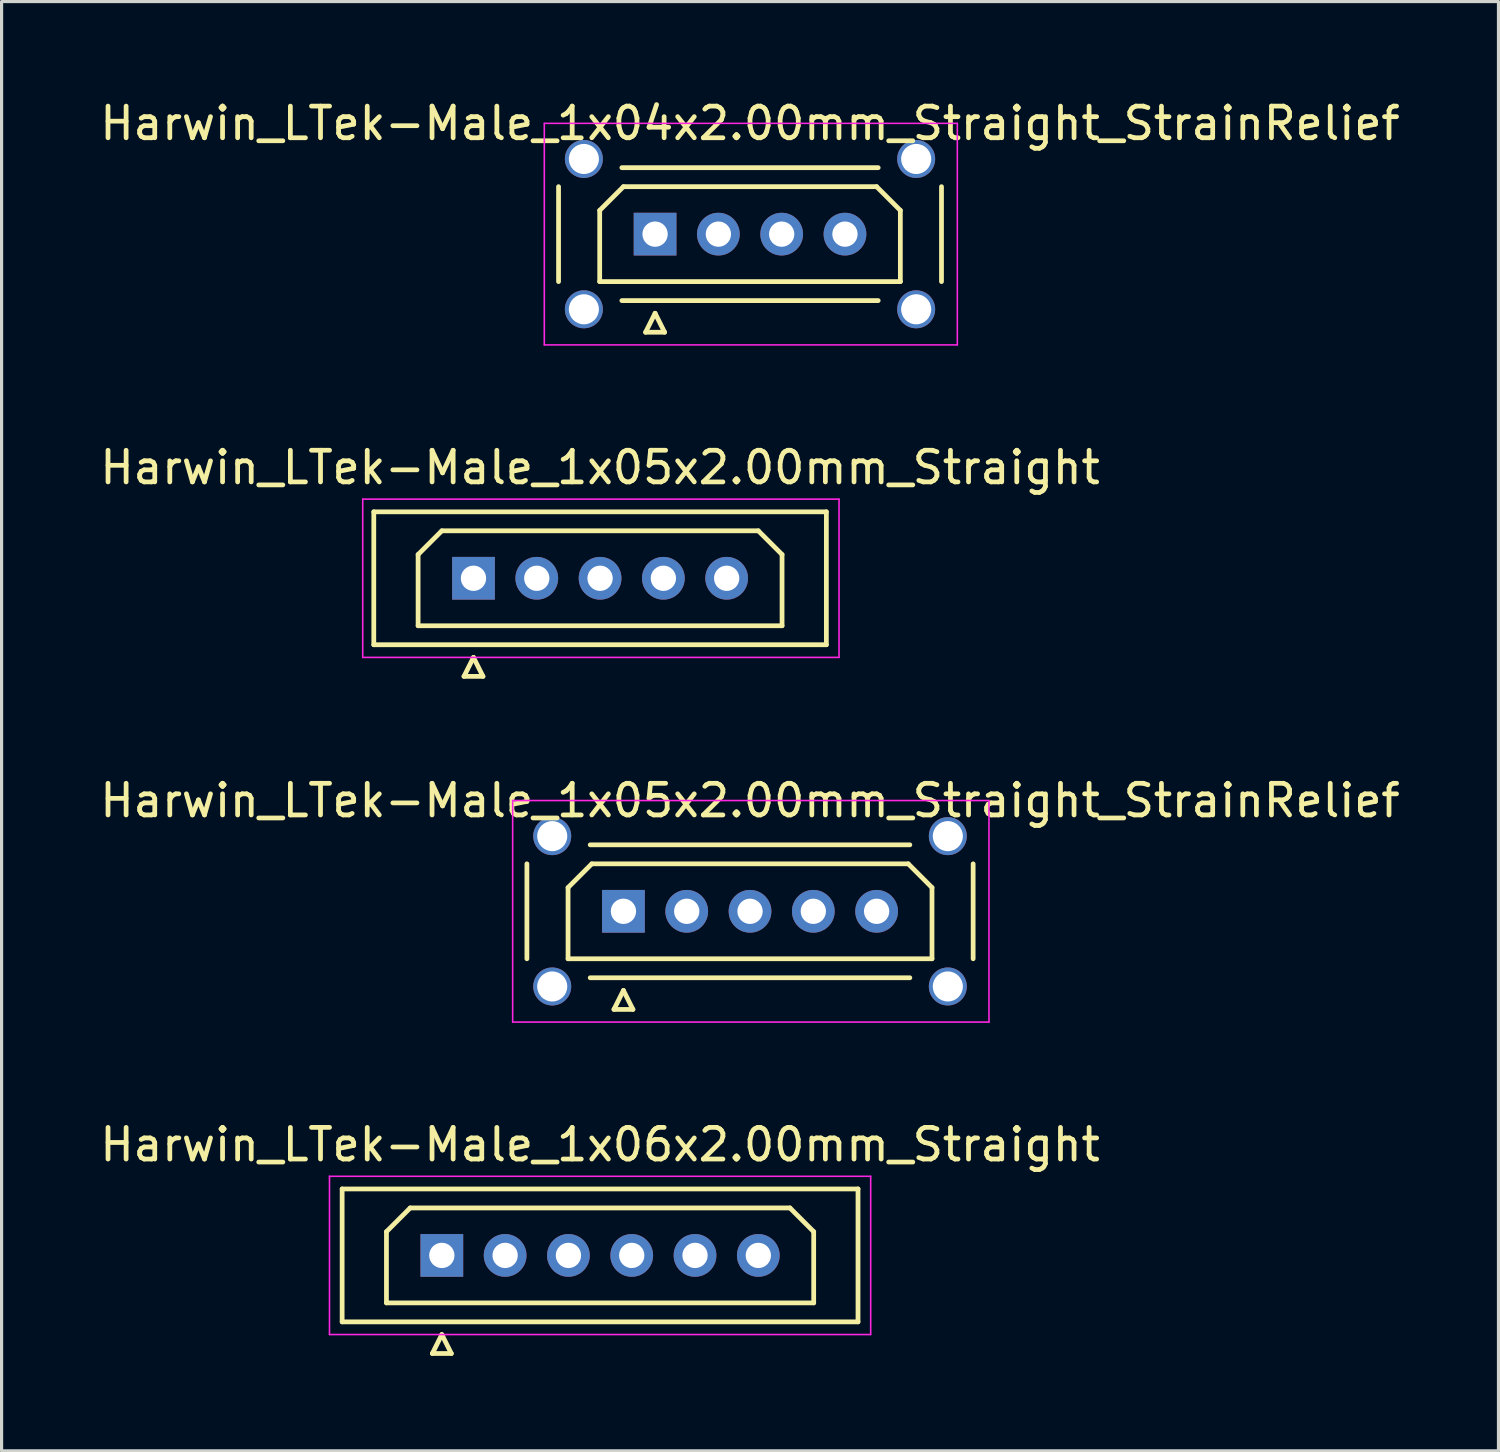
<source format=kicad_pcb>
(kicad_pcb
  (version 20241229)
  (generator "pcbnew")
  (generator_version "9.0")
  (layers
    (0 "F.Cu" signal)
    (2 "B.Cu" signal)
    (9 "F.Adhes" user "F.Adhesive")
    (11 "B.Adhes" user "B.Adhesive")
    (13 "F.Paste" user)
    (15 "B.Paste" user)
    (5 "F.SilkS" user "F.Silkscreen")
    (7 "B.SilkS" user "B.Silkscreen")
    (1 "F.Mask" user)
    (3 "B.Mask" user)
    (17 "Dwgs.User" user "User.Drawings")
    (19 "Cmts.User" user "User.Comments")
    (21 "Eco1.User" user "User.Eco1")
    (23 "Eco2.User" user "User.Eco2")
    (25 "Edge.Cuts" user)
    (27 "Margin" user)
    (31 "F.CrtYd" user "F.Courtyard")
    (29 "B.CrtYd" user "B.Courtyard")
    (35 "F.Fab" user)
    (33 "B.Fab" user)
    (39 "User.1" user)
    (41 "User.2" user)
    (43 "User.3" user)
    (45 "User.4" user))
  (footprint "Harwin_LTek-Male_1x05x2.00mm_Straight"
    (layer "F.Cu")
    (at 11.911 15.222)
    (property "Reference" "Harwin_LTek-Male_1x05x2.00mm_Straight" (at 4 -3.5 0) (layer "F.SilkS") (effects (font (size 1 1) (thickness 0.15))))
    (attr through_hole)
    (fp_line (start -3.15 -2.1) (end -3.15 2.1) (stroke (width 0.15) (type solid)) (layer "F.SilkS"))
    (fp_line (start -3.15 2.1) (end 11.15 2.1) (stroke (width 0.15) (type solid)) (layer "F.SilkS"))
    (fp_line (start -1.75 -0.75) (end -1 -1.5) (stroke (width 0.15) (type solid)) (layer "F.SilkS"))
    (fp_line (start -1.75 1.5) (end -1.75 -0.75) (stroke (width 0.15) (type solid)) (layer "F.SilkS"))
    (fp_line (start -1 -1.5) (end 9 -1.5) (stroke (width 0.15) (type solid)) (layer "F.SilkS"))
    (fp_line (start -0.3 3.1) (end 0.3 3.1) (stroke (width 0.15) (type solid)) (layer "F.SilkS"))
    (fp_line (start 0 2.5) (end -0.3 3.1) (stroke (width 0.15) (type solid)) (layer "F.SilkS"))
    (fp_line (start 0.3 3.1) (end 0 2.5) (stroke (width 0.15) (type solid)) (layer "F.SilkS"))
    (fp_line (start 9 -1.5) (end 9.75 -0.75) (stroke (width 0.15) (type solid)) (layer "F.SilkS"))
    (fp_line (start 9.75 -0.75) (end 9.75 1.5) (stroke (width 0.15) (type solid)) (layer "F.SilkS"))
    (fp_line (start 9.75 1.5) (end -1.75 1.5) (stroke (width 0.15) (type solid)) (layer "F.SilkS"))
    (fp_line (start 11.15 -2.1) (end -3.15 -2.1) (stroke (width 0.15) (type solid)) (layer "F.SilkS"))
    (fp_line (start 11.15 2.1) (end 11.15 -2.1) (stroke (width 0.15) (type solid)) (layer "F.SilkS"))
    (fp_line (start -3.5 -2.5) (end -3.5 2.5) (stroke (width 0.05) (type solid)) (layer "F.CrtYd"))
    (fp_line (start -3.5 2.5) (end 11.55 2.5) (stroke (width 0.05) (type solid)) (layer "F.CrtYd"))
    (fp_line (start 11.55 -2.5) (end -3.5 -2.5) (stroke (width 0.05) (type solid)) (layer "F.CrtYd"))
    (fp_line (start 11.55 2.5) (end 11.55 -2.5) (stroke (width 0.05) (type solid)) (layer "F.CrtYd"))
    (pad "1" thru_hole rect (at 0 0) (size 1.35 1.35) (drill 0.8) (layers "*.Cu" "*.Mask"))
    (pad "2" thru_hole circle (at 2 0) (size 1.35 1.35) (drill 0.8) (layers "*.Cu" "*.Mask"))
    (pad "3" thru_hole circle (at 4 0) (size 1.35 1.35) (drill 0.8) (layers "*.Cu" "*.Mask"))
    (pad "4" thru_hole circle (at 6 0) (size 1.35 1.35) (drill 0.8) (layers "*.Cu" "*.Mask"))
    (pad "5" thru_hole circle (at 8 0) (size 1.35 1.35) (drill 0.8) (layers "*.Cu" "*.Mask")))
  (footprint "Harwin_LTek-Male_1x04x2.00mm_Straight_StrainRelief"
    (layer "F.Cu")
    (at 17.649 4.348)
    (property "Reference" "Harwin_LTek-Male_1x04x2.00mm_Straight_StrainRelief" (at 3 -3.5 0) (layer "F.SilkS") (effects (font (size 1 1) (thickness 0.15))))
    (attr through_hole)
    (fp_line (start -3.05 -1.5) (end -3.05 1.5) (stroke (width 0.15) (type solid)) (layer "F.SilkS"))
    (fp_line (start -1.75 -0.75) (end -1 -1.5) (stroke (width 0.15) (type solid)) (layer "F.SilkS"))
    (fp_line (start -1.75 1.5) (end -1.75 -0.75) (stroke (width 0.15) (type solid)) (layer "F.SilkS"))
    (fp_line (start -1.05 -2.1) (end 7.05 -2.1) (stroke (width 0.15) (type solid)) (layer "F.SilkS"))
    (fp_line (start -1.05 2.1) (end 7.05 2.1) (stroke (width 0.15) (type solid)) (layer "F.SilkS"))
    (fp_line (start -1 -1.5) (end 7 -1.5) (stroke (width 0.15) (type solid)) (layer "F.SilkS"))
    (fp_line (start -0.3 3.1) (end 0.3 3.1) (stroke (width 0.15) (type solid)) (layer "F.SilkS"))
    (fp_line (start 0 2.5) (end -0.3 3.1) (stroke (width 0.15) (type solid)) (layer "F.SilkS"))
    (fp_line (start 0.3 3.1) (end 0 2.5) (stroke (width 0.15) (type solid)) (layer "F.SilkS"))
    (fp_line (start 7 -1.5) (end 7.75 -0.75) (stroke (width 0.15) (type solid)) (layer "F.SilkS"))
    (fp_line (start 7.75 -0.75) (end 7.75 1.5) (stroke (width 0.15) (type solid)) (layer "F.SilkS"))
    (fp_line (start 7.75 1.5) (end -1.75 1.5) (stroke (width 0.15) (type solid)) (layer "F.SilkS"))
    (fp_line (start 9.05 -1.5) (end 9.05 1.5) (stroke (width 0.15) (type solid)) (layer "F.SilkS"))
    (fp_line (start -3.5 -3.5) (end -3.5 3.5) (stroke (width 0.05) (type solid)) (layer "F.CrtYd"))
    (fp_line (start -3.5 3.5) (end 9.55 3.5) (stroke (width 0.05) (type solid)) (layer "F.CrtYd"))
    (fp_line (start 9.55 -3.5) (end -3.5 -3.5) (stroke (width 0.05) (type solid)) (layer "F.CrtYd"))
    (fp_line (start 9.55 3.5) (end 9.55 -3.5) (stroke (width 0.05) (type solid)) (layer "F.CrtYd"))
    (pad "" thru_hole circle (at -2.25 -2.375) (size 1.2 1.2) (drill 0.95) (layers "*.Cu" "*.Mask"))
    (pad "" thru_hole circle (at -2.25 2.375) (size 1.2 1.2) (drill 0.95) (layers "*.Cu" "*.Mask"))
    (pad "" thru_hole circle (at 8.25 -2.375) (size 1.2 1.2) (drill 0.95) (layers "*.Cu" "*.Mask"))
    (pad "" thru_hole circle (at 8.25 2.375) (size 1.2 1.2) (drill 0.95) (layers "*.Cu" "*.Mask"))
    (pad "1" thru_hole rect (at 0 0) (size 1.35 1.35) (drill 0.8) (layers "*.Cu" "*.Mask"))
    (pad "2" thru_hole circle (at 2 0) (size 1.35 1.35) (drill 0.8) (layers "*.Cu" "*.Mask"))
    (pad "3" thru_hole circle (at 4 0) (size 1.35 1.35) (drill 0.8) (layers "*.Cu" "*.Mask"))
    (pad "4" thru_hole circle (at 6 0) (size 1.35 1.35) (drill 0.8) (layers "*.Cu" "*.Mask")))
  (footprint "Harwin_LTek-Male_1x05x2.00mm_Straight_StrainRelief"
    (layer "F.Cu")
    (at 16.649 25.745)
    (property "Reference" "Harwin_LTek-Male_1x05x2.00mm_Straight_StrainRelief" (at 4 -3.5 0) (layer "F.SilkS") (effects (font (size 1 1) (thickness 0.15))))
    (attr through_hole)
    (fp_line (start -3.05 -1.5) (end -3.05 1.5) (stroke (width 0.15) (type solid)) (layer "F.SilkS"))
    (fp_line (start -1.75 -0.75) (end -1 -1.5) (stroke (width 0.15) (type solid)) (layer "F.SilkS"))
    (fp_line (start -1.75 1.5) (end -1.75 -0.75) (stroke (width 0.15) (type solid)) (layer "F.SilkS"))
    (fp_line (start -1.05 -2.1) (end 9.05 -2.1) (stroke (width 0.15) (type solid)) (layer "F.SilkS"))
    (fp_line (start -1.05 2.1) (end 9.05 2.1) (stroke (width 0.15) (type solid)) (layer "F.SilkS"))
    (fp_line (start -1 -1.5) (end 9 -1.5) (stroke (width 0.15) (type solid)) (layer "F.SilkS"))
    (fp_line (start -0.3 3.1) (end 0.3 3.1) (stroke (width 0.15) (type solid)) (layer "F.SilkS"))
    (fp_line (start 0 2.5) (end -0.3 3.1) (stroke (width 0.15) (type solid)) (layer "F.SilkS"))
    (fp_line (start 0.3 3.1) (end 0 2.5) (stroke (width 0.15) (type solid)) (layer "F.SilkS"))
    (fp_line (start 9 -1.5) (end 9.75 -0.75) (stroke (width 0.15) (type solid)) (layer "F.SilkS"))
    (fp_line (start 9.75 -0.75) (end 9.75 1.5) (stroke (width 0.15) (type solid)) (layer "F.SilkS"))
    (fp_line (start 9.75 1.5) (end -1.75 1.5) (stroke (width 0.15) (type solid)) (layer "F.SilkS"))
    (fp_line (start 11.05 -1.5) (end 11.05 1.5) (stroke (width 0.15) (type solid)) (layer "F.SilkS"))
    (fp_line (start -3.5 -3.5) (end -3.5 3.5) (stroke (width 0.05) (type solid)) (layer "F.CrtYd"))
    (fp_line (start -3.5 3.5) (end 11.55 3.5) (stroke (width 0.05) (type solid)) (layer "F.CrtYd"))
    (fp_line (start 11.55 -3.5) (end -3.5 -3.5) (stroke (width 0.05) (type solid)) (layer "F.CrtYd"))
    (fp_line (start 11.55 3.5) (end 11.55 -3.5) (stroke (width 0.05) (type solid)) (layer "F.CrtYd"))
    (pad "" thru_hole circle (at -2.25 -2.375) (size 1.2 1.2) (drill 0.95) (layers "*.Cu" "*.Mask"))
    (pad "" thru_hole circle (at -2.25 2.375) (size 1.2 1.2) (drill 0.95) (layers "*.Cu" "*.Mask"))
    (pad "" thru_hole circle (at 10.25 -2.375) (size 1.2 1.2) (drill 0.95) (layers "*.Cu" "*.Mask"))
    (pad "" thru_hole circle (at 10.25 2.375) (size 1.2 1.2) (drill 0.95) (layers "*.Cu" "*.Mask"))
    (pad "1" thru_hole rect (at 0 0) (size 1.35 1.35) (drill 0.8) (layers "*.Cu" "*.Mask"))
    (pad "2" thru_hole circle (at 2 0) (size 1.35 1.35) (drill 0.8) (layers "*.Cu" "*.Mask"))
    (pad "3" thru_hole circle (at 4 0) (size 1.35 1.35) (drill 0.8) (layers "*.Cu" "*.Mask"))
    (pad "4" thru_hole circle (at 6 0) (size 1.35 1.35) (drill 0.8) (layers "*.Cu" "*.Mask"))
    (pad "5" thru_hole circle (at 8 0) (size 1.35 1.35) (drill 0.8) (layers "*.Cu" "*.Mask")))
  (footprint "Harwin_LTek-Male_1x06x2.00mm_Straight"
    (layer "F.Cu")
    (at 10.911 36.618)
    (property "Reference" "Harwin_LTek-Male_1x06x2.00mm_Straight" (at 5 -3.5 0) (layer "F.SilkS") (effects (font (size 1 1) (thickness 0.15))))
    (attr through_hole)
    (fp_line (start -3.15 -2.1) (end -3.15 2.1) (stroke (width 0.15) (type solid)) (layer "F.SilkS"))
    (fp_line (start -3.15 2.1) (end 13.15 2.1) (stroke (width 0.15) (type solid)) (layer "F.SilkS"))
    (fp_line (start -1.75 -0.75) (end -1 -1.5) (stroke (width 0.15) (type solid)) (layer "F.SilkS"))
    (fp_line (start -1.75 1.5) (end -1.75 -0.75) (stroke (width 0.15) (type solid)) (layer "F.SilkS"))
    (fp_line (start -1 -1.5) (end 11 -1.5) (stroke (width 0.15) (type solid)) (layer "F.SilkS"))
    (fp_line (start -0.3 3.1) (end 0.3 3.1) (stroke (width 0.15) (type solid)) (layer "F.SilkS"))
    (fp_line (start 0 2.5) (end -0.3 3.1) (stroke (width 0.15) (type solid)) (layer "F.SilkS"))
    (fp_line (start 0.3 3.1) (end 0 2.5) (stroke (width 0.15) (type solid)) (layer "F.SilkS"))
    (fp_line (start 11 -1.5) (end 11.75 -0.75) (stroke (width 0.15) (type solid)) (layer "F.SilkS"))
    (fp_line (start 11.75 -0.75) (end 11.75 1.5) (stroke (width 0.15) (type solid)) (layer "F.SilkS"))
    (fp_line (start 11.75 1.5) (end -1.75 1.5) (stroke (width 0.15) (type solid)) (layer "F.SilkS"))
    (fp_line (start 13.15 -2.1) (end -3.15 -2.1) (stroke (width 0.15) (type solid)) (layer "F.SilkS"))
    (fp_line (start 13.15 2.1) (end 13.15 -2.1) (stroke (width 0.15) (type solid)) (layer "F.SilkS"))
    (fp_line (start -3.55 -2.5) (end -3.55 2.5) (stroke (width 0.05) (type solid)) (layer "F.CrtYd"))
    (fp_line (start -3.55 2.5) (end 13.55 2.5) (stroke (width 0.05) (type solid)) (layer "F.CrtYd"))
    (fp_line (start 13.55 -2.5) (end -3.55 -2.5) (stroke (width 0.05) (type solid)) (layer "F.CrtYd"))
    (fp_line (start 13.55 2.5) (end 13.55 -2.5) (stroke (width 0.05) (type solid)) (layer "F.CrtYd"))
    (pad "1" thru_hole rect (at 0 0) (size 1.35 1.35) (drill 0.8) (layers "*.Cu" "*.Mask"))
    (pad "2" thru_hole circle (at 2 0) (size 1.35 1.35) (drill 0.8) (layers "*.Cu" "*.Mask"))
    (pad "3" thru_hole circle (at 4 0) (size 1.35 1.35) (drill 0.8) (layers "*.Cu" "*.Mask"))
    (pad "4" thru_hole circle (at 6 0) (size 1.35 1.35) (drill 0.8) (layers "*.Cu" "*.Mask"))
    (pad "5" thru_hole circle (at 8 0) (size 1.35 1.35) (drill 0.8) (layers "*.Cu" "*.Mask"))
    (pad "6" thru_hole circle (at 10 0) (size 1.35 1.35) (drill 0.8) (layers "*.Cu" "*.Mask")))
  (gr_rect
    (start -3 -3)
    (end 44.298 42.793)
    (stroke (width 0.1) (type default))
    (fill no)
    (layer "Edge.Cuts")))
</source>
